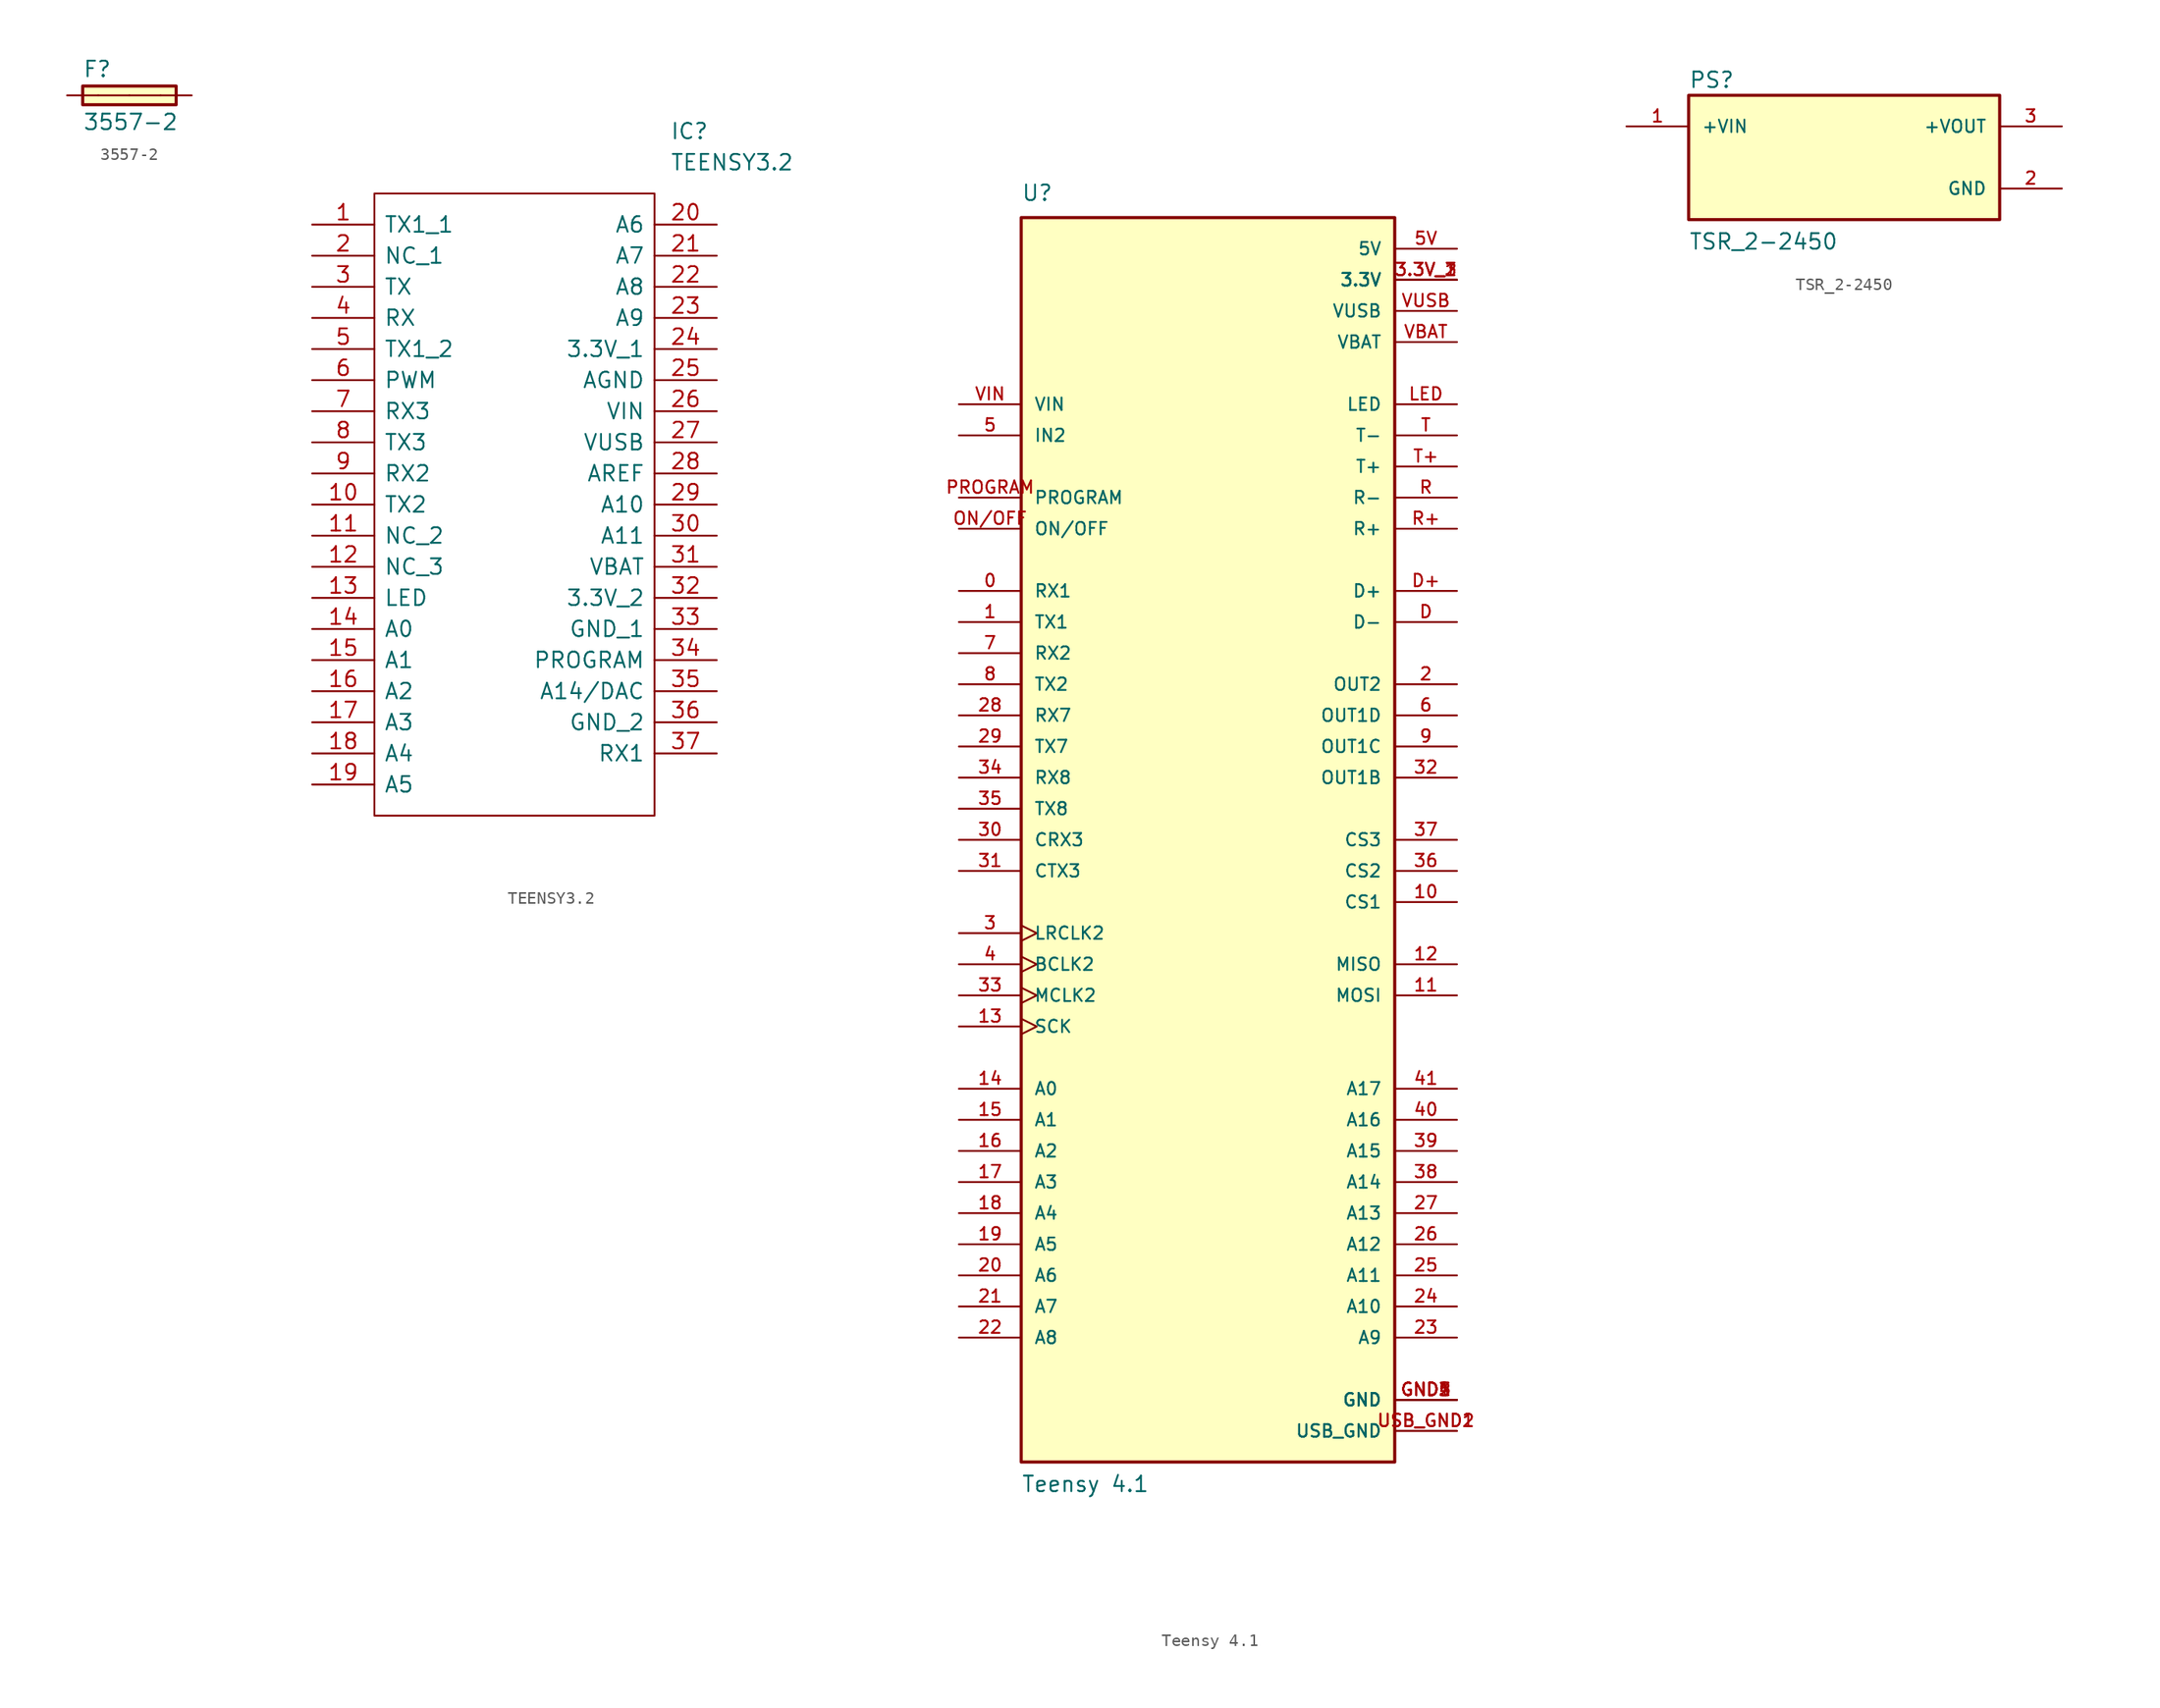
<source format=kicad_sym>
(kicad_symbol_lib
  (version 20211014)
  (generator kicad_symbol_editor)
  (symbol "3557-2"
    (pin_numbers hide)
    (pin_names
      (offset 1.016) hide)
    (property "Reference" "F"
      (at -3.81 1.397 0)
      (effects (font (size 1.27 1.27)) (justify left bottom)))
    (property "Value" "3557-2"
      (at -3.81 -2.921 0)
      (effects (font (size 1.27 1.27)) (justify left bottom)))
    (property "ki_locked" ""
      (at 0 0 0)
      (effects (font (size 1.27 1.27))))
    (symbol "3557-2_0_0"
      (rectangle (start -3.81 -0.762) (end 3.81 0.762) (stroke (width 0.254) (type default) (color 0 0 0 0)) (fill (type background)))
      (pin passive line (at -5.08 0 0) (length 2.54) (name "~" (effects (font (size 1.016 1.016)))) (number "1" (effects (font (size 1.016 1.016)))))
      (pin passive line (at -2.54 0 0) (length 2.54) (name "~" (effects (font (size 1.016 1.016)))) (number "2" (effects (font (size 1.016 1.016)))))
      (pin passive line (at 5.08 0 180) (length 2.54) (name "~" (effects (font (size 1.016 1.016)))) (number "3" (effects (font (size 1.016 1.016)))))
      (pin passive line (at 2.54 0 180) (length 2.54) (name "~" (effects (font (size 1.016 1.016)))) (number "4" (effects (font (size 1.016 1.016)))))))
  (symbol "TEENSY3.2"
    (pin_names
      (offset 0.762))
    (property "Reference" "IC"
      (at 29.21 7.62 0)
      (effects (font (size 1.27 1.27)) (justify left)))
    (property "Value" "TEENSY3.2"
      (at 29.21 5.08 0)
      (effects (font (size 1.27 1.27)) (justify left)))
    (symbol "TEENSY3.2_0_0"
      (pin passive line (at 0 0 0) (length 5.08) (name "TX1_1" (effects (font (size 1.27 1.27)))) (number "1" (effects (font (size 1.27 1.27)))))
      (pin passive line (at 0 -22.86 0) (length 5.08) (name "TX2" (effects (font (size 1.27 1.27)))) (number "10" (effects (font (size 1.27 1.27)))))
      (pin passive line (at 0 -25.4 0) (length 5.08) (name "NC_2" (effects (font (size 1.27 1.27)))) (number "11" (effects (font (size 1.27 1.27)))))
      (pin passive line (at 0 -27.94 0) (length 5.08) (name "NC_3" (effects (font (size 1.27 1.27)))) (number "12" (effects (font (size 1.27 1.27)))))
      (pin passive line (at 0 -30.48 0) (length 5.08) (name "LED" (effects (font (size 1.27 1.27)))) (number "13" (effects (font (size 1.27 1.27)))))
      (pin passive line (at 0 -33.02 0) (length 5.08) (name "A0" (effects (font (size 1.27 1.27)))) (number "14" (effects (font (size 1.27 1.27)))))
      (pin passive line (at 0 -35.56 0) (length 5.08) (name "A1" (effects (font (size 1.27 1.27)))) (number "15" (effects (font (size 1.27 1.27)))))
      (pin passive line (at 0 -38.1 0) (length 5.08) (name "A2" (effects (font (size 1.27 1.27)))) (number "16" (effects (font (size 1.27 1.27)))))
      (pin passive line (at 0 -40.64 0) (length 5.08) (name "A3" (effects (font (size 1.27 1.27)))) (number "17" (effects (font (size 1.27 1.27)))))
      (pin passive line (at 0 -43.18 0) (length 5.08) (name "A4" (effects (font (size 1.27 1.27)))) (number "18" (effects (font (size 1.27 1.27)))))
      (pin passive line (at 0 -45.72 0) (length 5.08) (name "A5" (effects (font (size 1.27 1.27)))) (number "19" (effects (font (size 1.27 1.27)))))
      (pin passive line (at 0 -2.54 0) (length 5.08) (name "NC_1" (effects (font (size 1.27 1.27)))) (number "2" (effects (font (size 1.27 1.27)))))
      (pin passive line (at 33.02 0 180) (length 5.08) (name "A6" (effects (font (size 1.27 1.27)))) (number "20" (effects (font (size 1.27 1.27)))))
      (pin passive line (at 33.02 -2.54 180) (length 5.08) (name "A7" (effects (font (size 1.27 1.27)))) (number "21" (effects (font (size 1.27 1.27)))))
      (pin passive line (at 33.02 -5.08 180) (length 5.08) (name "A8" (effects (font (size 1.27 1.27)))) (number "22" (effects (font (size 1.27 1.27)))))
      (pin passive line (at 33.02 -7.62 180) (length 5.08) (name "A9" (effects (font (size 1.27 1.27)))) (number "23" (effects (font (size 1.27 1.27)))))
      (pin passive line (at 33.02 -10.16 180) (length 5.08) (name "3.3V_1" (effects (font (size 1.27 1.27)))) (number "24" (effects (font (size 1.27 1.27)))))
      (pin passive line (at 33.02 -12.7 180) (length 5.08) (name "AGND" (effects (font (size 1.27 1.27)))) (number "25" (effects (font (size 1.27 1.27)))))
      (pin passive line (at 33.02 -15.24 180) (length 5.08) (name "VIN" (effects (font (size 1.27 1.27)))) (number "26" (effects (font (size 1.27 1.27)))))
      (pin passive line (at 33.02 -17.78 180) (length 5.08) (name "VUSB" (effects (font (size 1.27 1.27)))) (number "27" (effects (font (size 1.27 1.27)))))
      (pin passive line (at 33.02 -20.32 180) (length 5.08) (name "AREF" (effects (font (size 1.27 1.27)))) (number "28" (effects (font (size 1.27 1.27)))))
      (pin passive line (at 33.02 -22.86 180) (length 5.08) (name "A10" (effects (font (size 1.27 1.27)))) (number "29" (effects (font (size 1.27 1.27)))))
      (pin passive line (at 0 -5.08 0) (length 5.08) (name "TX" (effects (font (size 1.27 1.27)))) (number "3" (effects (font (size 1.27 1.27)))))
      (pin passive line (at 33.02 -25.4 180) (length 5.08) (name "A11" (effects (font (size 1.27 1.27)))) (number "30" (effects (font (size 1.27 1.27)))))
      (pin passive line (at 33.02 -27.94 180) (length 5.08) (name "VBAT" (effects (font (size 1.27 1.27)))) (number "31" (effects (font (size 1.27 1.27)))))
      (pin passive line (at 33.02 -30.48 180) (length 5.08) (name "3.3V_2" (effects (font (size 1.27 1.27)))) (number "32" (effects (font (size 1.27 1.27)))))
      (pin passive line (at 33.02 -33.02 180) (length 5.08) (name "GND_1" (effects (font (size 1.27 1.27)))) (number "33" (effects (font (size 1.27 1.27)))))
      (pin passive line (at 33.02 -35.56 180) (length 5.08) (name "PROGRAM" (effects (font (size 1.27 1.27)))) (number "34" (effects (font (size 1.27 1.27)))))
      (pin passive line (at 33.02 -38.1 180) (length 5.08) (name "A14/DAC" (effects (font (size 1.27 1.27)))) (number "35" (effects (font (size 1.27 1.27)))))
      (pin passive line (at 33.02 -40.64 180) (length 5.08) (name "GND_2" (effects (font (size 1.27 1.27)))) (number "36" (effects (font (size 1.27 1.27)))))
      (pin passive line (at 33.02 -43.18 180) (length 5.08) (name "RX1" (effects (font (size 1.27 1.27)))) (number "37" (effects (font (size 1.27 1.27)))))
      (pin passive line (at 0 -7.62 0) (length 5.08) (name "RX" (effects (font (size 1.27 1.27)))) (number "4" (effects (font (size 1.27 1.27)))))
      (pin passive line (at 0 -10.16 0) (length 5.08) (name "TX1_2" (effects (font (size 1.27 1.27)))) (number "5" (effects (font (size 1.27 1.27)))))
      (pin passive line (at 0 -12.7 0) (length 5.08) (name "PWM" (effects (font (size 1.27 1.27)))) (number "6" (effects (font (size 1.27 1.27)))))
      (pin passive line (at 0 -15.24 0) (length 5.08) (name "RX3" (effects (font (size 1.27 1.27)))) (number "7" (effects (font (size 1.27 1.27)))))
      (pin passive line (at 0 -17.78 0) (length 5.08) (name "TX3" (effects (font (size 1.27 1.27)))) (number "8" (effects (font (size 1.27 1.27)))))
      (pin passive line (at 0 -20.32 0) (length 5.08) (name "RX2" (effects (font (size 1.27 1.27)))) (number "9" (effects (font (size 1.27 1.27))))))
    (symbol "TEENSY3.2_0_1"
      (polyline (pts (xy 5.08 2.54) (xy 27.94 2.54) (xy 27.94 -48.26) (xy 5.08 -48.26) (xy 5.08 2.54)) (stroke (width 0.152) (type default) (color 0 0 0 0)) (fill (type none)))))
  (symbol "Teensy 4.1"
    (pin_names
      (offset 1.016))
    (property "Reference" "U"
      (at -15.24 52.07 0)
      (effects (font (size 1.27 1.27)) (justify left bottom)))
    (property "Value" "Teensy 4.1"
      (at -15.24 -53.34 0)
      (effects (font (size 1.27 1.27)) (justify left bottom)))
    (property "ki_locked" ""
      (at 0 0 0)
      (effects (font (size 1.27 1.27))))
    (symbol "Teensy 4.1_0_0"
      (rectangle (start -15.24 -50.8) (end 15.24 50.8) (stroke (width 0.254) (type default) (color 0 0 0 0)) (fill (type background)))
      (pin bidirectional line (at -20.32 20.32 0) (length 5.08) (name "RX1" (effects (font (size 1.016 1.016)))) (number "0" (effects (font (size 1.016 1.016)))))
      (pin bidirectional line (at -20.32 17.78 0) (length 5.08) (name "TX1" (effects (font (size 1.016 1.016)))) (number "1" (effects (font (size 1.016 1.016)))))
      (pin bidirectional line (at 20.32 -5.08 180) (length 5.08) (name "CS1" (effects (font (size 1.016 1.016)))) (number "10" (effects (font (size 1.016 1.016)))))
      (pin bidirectional line (at 20.32 -12.7 180) (length 5.08) (name "MOSI" (effects (font (size 1.016 1.016)))) (number "11" (effects (font (size 1.016 1.016)))))
      (pin bidirectional line (at 20.32 -10.16 180) (length 5.08) (name "MISO" (effects (font (size 1.016 1.016)))) (number "12" (effects (font (size 1.016 1.016)))))
      (pin bidirectional clock (at -20.32 -15.24 0) (length 5.08) (name "SCK" (effects (font (size 1.016 1.016)))) (number "13" (effects (font (size 1.016 1.016)))))
      (pin bidirectional line (at -20.32 -20.32 0) (length 5.08) (name "A0" (effects (font (size 1.016 1.016)))) (number "14" (effects (font (size 1.016 1.016)))))
      (pin bidirectional line (at -20.32 -22.86 0) (length 5.08) (name "A1" (effects (font (size 1.016 1.016)))) (number "15" (effects (font (size 1.016 1.016)))))
      (pin bidirectional line (at -20.32 -25.4 0) (length 5.08) (name "A2" (effects (font (size 1.016 1.016)))) (number "16" (effects (font (size 1.016 1.016)))))
      (pin bidirectional line (at -20.32 -27.94 0) (length 5.08) (name "A3" (effects (font (size 1.016 1.016)))) (number "17" (effects (font (size 1.016 1.016)))))
      (pin bidirectional line (at -20.32 -30.48 0) (length 5.08) (name "A4" (effects (font (size 1.016 1.016)))) (number "18" (effects (font (size 1.016 1.016)))))
      (pin bidirectional line (at -20.32 -33.02 0) (length 5.08) (name "A5" (effects (font (size 1.016 1.016)))) (number "19" (effects (font (size 1.016 1.016)))))
      (pin output line (at 20.32 12.7 180) (length 5.08) (name "OUT2" (effects (font (size 1.016 1.016)))) (number "2" (effects (font (size 1.016 1.016)))))
      (pin bidirectional line (at -20.32 -35.56 0) (length 5.08) (name "A6" (effects (font (size 1.016 1.016)))) (number "20" (effects (font (size 1.016 1.016)))))
      (pin bidirectional line (at -20.32 -38.1 0) (length 5.08) (name "A7" (effects (font (size 1.016 1.016)))) (number "21" (effects (font (size 1.016 1.016)))))
      (pin bidirectional line (at -20.32 -40.64 0) (length 5.08) (name "A8" (effects (font (size 1.016 1.016)))) (number "22" (effects (font (size 1.016 1.016)))))
      (pin bidirectional line (at 20.32 -40.64 180) (length 5.08) (name "A9" (effects (font (size 1.016 1.016)))) (number "23" (effects (font (size 1.016 1.016)))))
      (pin bidirectional line (at 20.32 -38.1 180) (length 5.08) (name "A10" (effects (font (size 1.016 1.016)))) (number "24" (effects (font (size 1.016 1.016)))))
      (pin bidirectional line (at 20.32 -35.56 180) (length 5.08) (name "A11" (effects (font (size 1.016 1.016)))) (number "25" (effects (font (size 1.016 1.016)))))
      (pin bidirectional line (at 20.32 -33.02 180) (length 5.08) (name "A12" (effects (font (size 1.016 1.016)))) (number "26" (effects (font (size 1.016 1.016)))))
      (pin bidirectional line (at 20.32 -30.48 180) (length 5.08) (name "A13" (effects (font (size 1.016 1.016)))) (number "27" (effects (font (size 1.016 1.016)))))
      (pin bidirectional line (at -20.32 10.16 0) (length 5.08) (name "RX7" (effects (font (size 1.016 1.016)))) (number "28" (effects (font (size 1.016 1.016)))))
      (pin bidirectional line (at -20.32 7.62 0) (length 5.08) (name "TX7" (effects (font (size 1.016 1.016)))) (number "29" (effects (font (size 1.016 1.016)))))
      (pin bidirectional clock (at -20.32 -7.62 0) (length 5.08) (name "LRCLK2" (effects (font (size 1.016 1.016)))) (number "3" (effects (font (size 1.016 1.016)))))
      (pin power_in line (at 20.32 45.72 180) (length 5.08) (name "3.3V" (effects (font (size 1.016 1.016)))) (number "3.3V_1" (effects (font (size 1.016 1.016)))))
      (pin power_in line (at 20.32 45.72 180) (length 5.08) (name "3.3V" (effects (font (size 1.016 1.016)))) (number "3.3V_2" (effects (font (size 1.016 1.016)))))
      (pin power_in line (at 20.32 45.72 180) (length 5.08) (name "3.3V" (effects (font (size 1.016 1.016)))) (number "3.3V_3" (effects (font (size 1.016 1.016)))))
      (pin bidirectional line (at -20.32 0 0) (length 5.08) (name "CRX3" (effects (font (size 1.016 1.016)))) (number "30" (effects (font (size 1.016 1.016)))))
      (pin bidirectional line (at -20.32 -2.54 0) (length 5.08) (name "CTX3" (effects (font (size 1.016 1.016)))) (number "31" (effects (font (size 1.016 1.016)))))
      (pin output line (at 20.32 5.08 180) (length 5.08) (name "OUT1B" (effects (font (size 1.016 1.016)))) (number "32" (effects (font (size 1.016 1.016)))))
      (pin bidirectional clock (at -20.32 -12.7 0) (length 5.08) (name "MCLK2" (effects (font (size 1.016 1.016)))) (number "33" (effects (font (size 1.016 1.016)))))
      (pin bidirectional line (at -20.32 5.08 0) (length 5.08) (name "RX8" (effects (font (size 1.016 1.016)))) (number "34" (effects (font (size 1.016 1.016)))))
      (pin bidirectional line (at -20.32 2.54 0) (length 5.08) (name "TX8" (effects (font (size 1.016 1.016)))) (number "35" (effects (font (size 1.016 1.016)))))
      (pin bidirectional line (at 20.32 -2.54 180) (length 5.08) (name "CS2" (effects (font (size 1.016 1.016)))) (number "36" (effects (font (size 1.016 1.016)))))
      (pin bidirectional line (at 20.32 0 180) (length 5.08) (name "CS3" (effects (font (size 1.016 1.016)))) (number "37" (effects (font (size 1.016 1.016)))))
      (pin bidirectional line (at 20.32 -27.94 180) (length 5.08) (name "A14" (effects (font (size 1.016 1.016)))) (number "38" (effects (font (size 1.016 1.016)))))
      (pin bidirectional line (at 20.32 -25.4 180) (length 5.08) (name "A15" (effects (font (size 1.016 1.016)))) (number "39" (effects (font (size 1.016 1.016)))))
      (pin bidirectional clock (at -20.32 -10.16 0) (length 5.08) (name "BCLK2" (effects (font (size 1.016 1.016)))) (number "4" (effects (font (size 1.016 1.016)))))
      (pin bidirectional line (at 20.32 -22.86 180) (length 5.08) (name "A16" (effects (font (size 1.016 1.016)))) (number "40" (effects (font (size 1.016 1.016)))))
      (pin bidirectional line (at 20.32 -20.32 180) (length 5.08) (name "A17" (effects (font (size 1.016 1.016)))) (number "41" (effects (font (size 1.016 1.016)))))
      (pin bidirectional line (at -20.32 33.02 0) (length 5.08) (name "IN2" (effects (font (size 1.016 1.016)))) (number "5" (effects (font (size 1.016 1.016)))))
      (pin power_in line (at 20.32 48.26 180) (length 5.08) (name "5V" (effects (font (size 1.016 1.016)))) (number "5V" (effects (font (size 1.016 1.016)))))
      (pin output line (at 20.32 10.16 180) (length 5.08) (name "OUT1D" (effects (font (size 1.016 1.016)))) (number "6" (effects (font (size 1.016 1.016)))))
      (pin bidirectional line (at -20.32 15.24 0) (length 5.08) (name "RX2" (effects (font (size 1.016 1.016)))) (number "7" (effects (font (size 1.016 1.016)))))
      (pin bidirectional line (at -20.32 12.7 0) (length 5.08) (name "TX2" (effects (font (size 1.016 1.016)))) (number "8" (effects (font (size 1.016 1.016)))))
      (pin output line (at 20.32 7.62 180) (length 5.08) (name "OUT1C" (effects (font (size 1.016 1.016)))) (number "9" (effects (font (size 1.016 1.016)))))
      (pin bidirectional line (at 20.32 17.78 180) (length 5.08) (name "D-" (effects (font (size 1.016 1.016)))) (number "D" (effects (font (size 1.016 1.016)))))
      (pin bidirectional line (at 20.32 20.32 180) (length 5.08) (name "D+" (effects (font (size 1.016 1.016)))) (number "D+" (effects (font (size 1.016 1.016)))))
      (pin power_in line (at 20.32 -45.72 180) (length 5.08) (name "GND" (effects (font (size 1.016 1.016)))) (number "GND1" (effects (font (size 1.016 1.016)))))
      (pin power_in line (at 20.32 -45.72 180) (length 5.08) (name "GND" (effects (font (size 1.016 1.016)))) (number "GND2" (effects (font (size 1.016 1.016)))))
      (pin power_in line (at 20.32 -45.72 180) (length 5.08) (name "GND" (effects (font (size 1.016 1.016)))) (number "GND3" (effects (font (size 1.016 1.016)))))
      (pin power_in line (at 20.32 -45.72 180) (length 5.08) (name "GND" (effects (font (size 1.016 1.016)))) (number "GND4" (effects (font (size 1.016 1.016)))))
      (pin power_in line (at 20.32 -45.72 180) (length 5.08) (name "GND" (effects (font (size 1.016 1.016)))) (number "GND5" (effects (font (size 1.016 1.016)))))
      (pin bidirectional line (at 20.32 35.56 180) (length 5.08) (name "LED" (effects (font (size 1.016 1.016)))) (number "LED" (effects (font (size 1.016 1.016)))))
      (pin bidirectional line (at -20.32 25.4 0) (length 5.08) (name "ON/OFF" (effects (font (size 1.016 1.016)))) (number "ON/OFF" (effects (font (size 1.016 1.016)))))
      (pin bidirectional line (at -20.32 27.94 0) (length 5.08) (name "PROGRAM" (effects (font (size 1.016 1.016)))) (number "PROGRAM" (effects (font (size 1.016 1.016)))))
      (pin bidirectional line (at 20.32 27.94 180) (length 5.08) (name "R-" (effects (font (size 1.016 1.016)))) (number "R" (effects (font (size 1.016 1.016)))))
      (pin bidirectional line (at 20.32 25.4 180) (length 5.08) (name "R+" (effects (font (size 1.016 1.016)))) (number "R+" (effects (font (size 1.016 1.016)))))
      (pin bidirectional line (at 20.32 33.02 180) (length 5.08) (name "T-" (effects (font (size 1.016 1.016)))) (number "T" (effects (font (size 1.016 1.016)))))
      (pin bidirectional line (at 20.32 30.48 180) (length 5.08) (name "T+" (effects (font (size 1.016 1.016)))) (number "T+" (effects (font (size 1.016 1.016)))))
      (pin power_in line (at 20.32 -48.26 180) (length 5.08) (name "USB_GND" (effects (font (size 1.016 1.016)))) (number "USB_GND1" (effects (font (size 1.016 1.016)))))
      (pin power_in line (at 20.32 -48.26 180) (length 5.08) (name "USB_GND" (effects (font (size 1.016 1.016)))) (number "USB_GND2" (effects (font (size 1.016 1.016)))))
      (pin passive line (at 20.32 40.64 180) (length 5.08) (name "VBAT" (effects (font (size 1.016 1.016)))) (number "VBAT" (effects (font (size 1.016 1.016)))))
      (pin input line (at -20.32 35.56 0) (length 5.08) (name "VIN" (effects (font (size 1.016 1.016)))) (number "VIN" (effects (font (size 1.016 1.016)))))
      (pin passive line (at 20.32 43.18 180) (length 5.08) (name "VUSB" (effects (font (size 1.016 1.016)))) (number "VUSB" (effects (font (size 1.016 1.016)))))))
  (symbol "TSR_2-2450"
    (pin_names
      (offset 1.016))
    (property "Reference" "PS"
      (at -12.7 5.588 0)
      (effects (font (size 1.27 1.27)) (justify left bottom)))
    (property "Value" "TSR_2-2450"
      (at -12.7 -7.62 0)
      (effects (font (size 1.27 1.27)) (justify left bottom)))
    (property "ki_locked" ""
      (at 0 0 0)
      (effects (font (size 1.27 1.27))))
    (symbol "TSR_2-2450_0_0"
      (rectangle (start -12.7 -5.08) (end 12.7 5.08) (stroke (width 0.254) (type default) (color 0 0 0 0)) (fill (type background)))
      (pin input line (at -17.78 2.54 0) (length 5.08) (name "+VIN" (effects (font (size 1.016 1.016)))) (number "1" (effects (font (size 1.016 1.016)))))
      (pin power_in line (at 17.78 -2.54 180) (length 5.08) (name "GND" (effects (font (size 1.016 1.016)))) (number "2" (effects (font (size 1.016 1.016)))))
      (pin output line (at 17.78 2.54 180) (length 5.08) (name "+VOUT" (effects (font (size 1.016 1.016)))) (number "3" (effects (font (size 1.016 1.016))))))))
</source>
